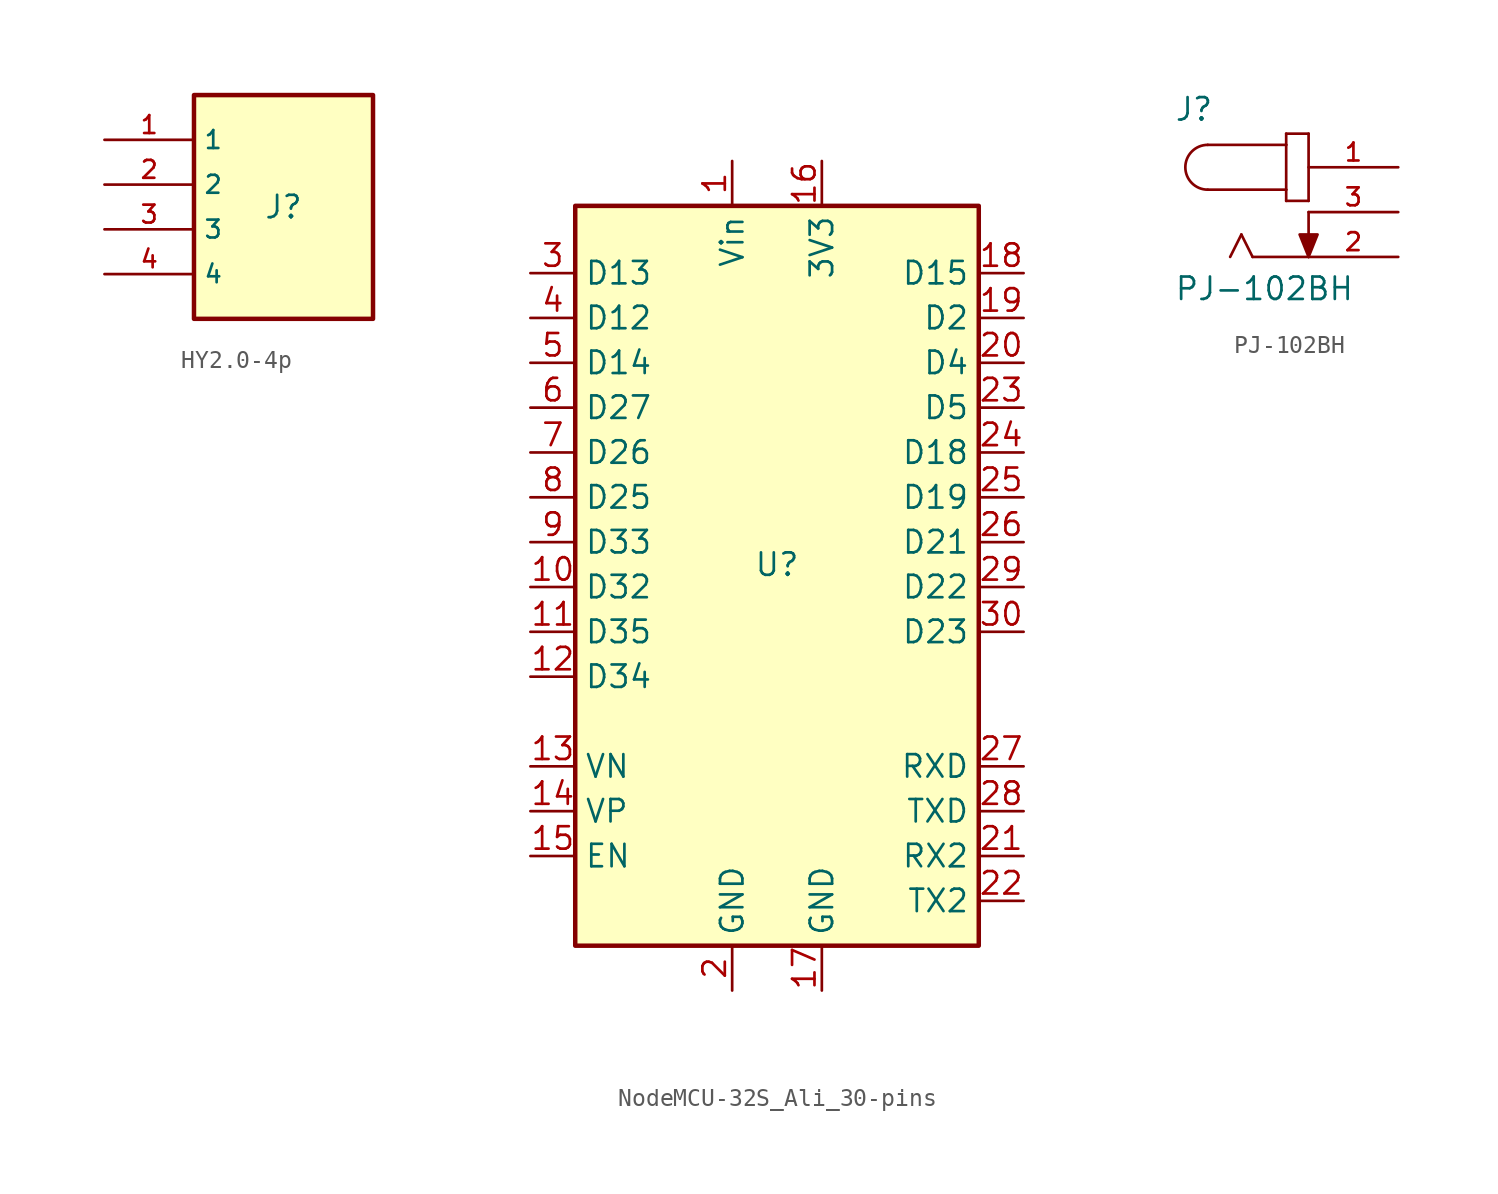
<source format=kicad_sym>
(kicad_symbol_lib
  (version 20231120)
  (generator "kicad_symbol_editor")
  (generator_version "8.0")
  (symbol "HY2.0-4p"
    (property "Reference" "J"
      (at 0 0 0)
      (effects (font (size 1.27 1.27))))
    (property "Value" ""
      (at 0 0 0)
      (effects (font (size 1.27 1.27))))
    (symbol "HY2.0-4p_0_0"
      (rectangle (start -5.08 -6.35) (end 5.08 6.35) (stroke (width 0.254) (type default)) (fill (type background)))
      (pin passive line (at -10.16 3.81 0) (length 5.08) (name "1" (effects (font (size 1.016 1.016)))) (number "1" (effects (font (size 1.016 1.016)))))
      (pin passive line (at -10.16 1.27 0) (length 5.08) (name "2" (effects (font (size 1.016 1.016)))) (number "2" (effects (font (size 1.016 1.016)))))
      (pin passive line (at -10.16 -1.27 0) (length 5.08) (name "3" (effects (font (size 1.016 1.016)))) (number "3" (effects (font (size 1.016 1.016)))))
      (pin passive line (at -10.16 -3.81 0) (length 5.08) (name "4" (effects (font (size 1.016 1.016)))) (number "4" (effects (font (size 1.016 1.016)))))))
  (symbol "NodeMCU-32S_Ali_30-pins"
    (property "Reference" "U"
      (at 8.89 0 0)
      (effects (font (size 1.27 1.27))))
    (property "Value" ""
      (at 0 0 0)
      (effects (font (size 1.27 1.27))))
    (symbol "NodeMCU-32S_Ali_30-pins_0_1"
      (rectangle (start -2.54 20.32) (end 20.32 -21.59) (stroke (width 0.254) (type default)) (fill (type background))))
    (symbol "NodeMCU-32S_Ali_30-pins_1_1"
      (pin power_in line (at 6.35 22.86 270) (length 2.54) (name "Vin" (effects (font (size 1.27 1.27)))) (number "1" (effects (font (size 1.27 1.27)))))
      (pin bidirectional line (at -5.08 -1.27 0) (length 2.54) (name "D32" (effects (font (size 1.27 1.27)))) (number "10" (effects (font (size 1.27 1.27)))))
      (pin bidirectional line (at -5.08 -3.81 0) (length 2.54) (name "D35" (effects (font (size 1.27 1.27)))) (number "11" (effects (font (size 1.27 1.27)))))
      (pin bidirectional line (at -5.08 -6.35 0) (length 2.54) (name "D34" (effects (font (size 1.27 1.27)))) (number "12" (effects (font (size 1.27 1.27)))))
      (pin power_in line (at -5.08 -11.43 0) (length 2.54) (name "VN" (effects (font (size 1.27 1.27)))) (number "13" (effects (font (size 1.27 1.27)))))
      (pin power_in line (at -5.08 -13.97 0) (length 2.54) (name "VP" (effects (font (size 1.27 1.27)))) (number "14" (effects (font (size 1.27 1.27)))))
      (pin power_in line (at -5.08 -16.51 0) (length 2.54) (name "EN" (effects (font (size 1.27 1.27)))) (number "15" (effects (font (size 1.27 1.27)))))
      (pin power_in line (at 11.43 22.86 270) (length 2.54) (name "3V3" (effects (font (size 1.27 1.27)))) (number "16" (effects (font (size 1.27 1.27)))))
      (pin power_in line (at 11.43 -24.13 90) (length 2.54) (name "GND" (effects (font (size 1.27 1.27)))) (number "17" (effects (font (size 1.27 1.27)))))
      (pin bidirectional line (at 22.86 16.51 180) (length 2.54) (name "D15" (effects (font (size 1.27 1.27)))) (number "18" (effects (font (size 1.27 1.27)))))
      (pin bidirectional line (at 22.86 13.97 180) (length 2.54) (name "D2" (effects (font (size 1.27 1.27)))) (number "19" (effects (font (size 1.27 1.27)))))
      (pin power_in line (at 6.35 -24.13 90) (length 2.54) (name "GND" (effects (font (size 1.27 1.27)))) (number "2" (effects (font (size 1.27 1.27)))))
      (pin bidirectional line (at 22.86 11.43 180) (length 2.54) (name "D4" (effects (font (size 1.27 1.27)))) (number "20" (effects (font (size 1.27 1.27)))))
      (pin bidirectional line (at 22.86 -16.51 180) (length 2.54) (name "RX2" (effects (font (size 1.27 1.27)))) (number "21" (effects (font (size 1.27 1.27)))))
      (pin bidirectional line (at 22.86 -19.05 180) (length 2.54) (name "TX2" (effects (font (size 1.27 1.27)))) (number "22" (effects (font (size 1.27 1.27)))))
      (pin bidirectional line (at 22.86 8.89 180) (length 2.54) (name "D5" (effects (font (size 1.27 1.27)))) (number "23" (effects (font (size 1.27 1.27)))))
      (pin bidirectional line (at 22.86 6.35 180) (length 2.54) (name "D18" (effects (font (size 1.27 1.27)))) (number "24" (effects (font (size 1.27 1.27)))))
      (pin bidirectional line (at 22.86 3.81 180) (length 2.54) (name "D19" (effects (font (size 1.27 1.27)))) (number "25" (effects (font (size 1.27 1.27)))))
      (pin bidirectional line (at 22.86 1.27 180) (length 2.54) (name "D21" (effects (font (size 1.27 1.27)))) (number "26" (effects (font (size 1.27 1.27)))))
      (pin bidirectional line (at 22.86 -11.43 180) (length 2.54) (name "RXD" (effects (font (size 1.27 1.27)))) (number "27" (effects (font (size 1.27 1.27)))))
      (pin bidirectional line (at 22.86 -13.97 180) (length 2.54) (name "TXD" (effects (font (size 1.27 1.27)))) (number "28" (effects (font (size 1.27 1.27)))))
      (pin bidirectional line (at 22.86 -1.27 180) (length 2.54) (name "D22" (effects (font (size 1.27 1.27)))) (number "29" (effects (font (size 1.27 1.27)))))
      (pin bidirectional line (at -5.08 16.51 0) (length 2.54) (name "D13" (effects (font (size 1.27 1.27)))) (number "3" (effects (font (size 1.27 1.27)))))
      (pin bidirectional line (at 22.86 -3.81 180) (length 2.54) (name "D23" (effects (font (size 1.27 1.27)))) (number "30" (effects (font (size 1.27 1.27)))))
      (pin bidirectional line (at -5.08 13.97 0) (length 2.54) (name "D12" (effects (font (size 1.27 1.27)))) (number "4" (effects (font (size 1.27 1.27)))))
      (pin bidirectional line (at -5.08 11.43 0) (length 2.54) (name "D14" (effects (font (size 1.27 1.27)))) (number "5" (effects (font (size 1.27 1.27)))))
      (pin bidirectional line (at -5.08 8.89 0) (length 2.54) (name "D27" (effects (font (size 1.27 1.27)))) (number "6" (effects (font (size 1.27 1.27)))))
      (pin bidirectional line (at -5.08 6.35 0) (length 2.54) (name "D26" (effects (font (size 1.27 1.27)))) (number "7" (effects (font (size 1.27 1.27)))))
      (pin bidirectional line (at -5.08 3.81 0) (length 2.54) (name "D25" (effects (font (size 1.27 1.27)))) (number "8" (effects (font (size 1.27 1.27)))))
      (pin bidirectional line (at -5.08 1.27 0) (length 2.54) (name "D33" (effects (font (size 1.27 1.27)))) (number "9" (effects (font (size 1.27 1.27)))))))
  (symbol "PJ-102BH"
    (pin_names
      (offset 1.016))
    (property "Reference" "J"
      (at -7.624 5.083 0)
      (effects (font (size 1.27 1.27)) (justify left bottom)))
    (property "Value" "PJ-102BH"
      (at -7.625 -5.084 0)
      (effects (font (size 1.27 1.27)) (justify left bottom)))
    (symbol "PJ-102BH_0_0"
      (arc (start -5.715 3.81) (mid -6.9794 2.54) (end -5.715 1.27) (stroke (width 0.1524) (type default)) (fill (type none)))
      (polyline (pts (xy -5.715 3.81) (xy -1.27 3.81)) (stroke (width 0.152) (type default)) (fill (type none)))
      (polyline (pts (xy -3.81 -1.27) (xy -4.445 -2.54)) (stroke (width 0.152) (type default)) (fill (type none)))
      (polyline (pts (xy -3.175 -2.54) (xy -3.81 -1.27)) (stroke (width 0.152) (type default)) (fill (type none)))
      (polyline (pts (xy -1.27 0.635) (xy 0 0.635)) (stroke (width 0.152) (type default)) (fill (type none)))
      (polyline (pts (xy -1.27 1.27) (xy -5.715 1.27)) (stroke (width 0.152) (type default)) (fill (type none)))
      (polyline (pts (xy -1.27 1.27) (xy -1.27 0.635)) (stroke (width 0.152) (type default)) (fill (type none)))
      (polyline (pts (xy -1.27 3.81) (xy -1.27 1.27)) (stroke (width 0.152) (type default)) (fill (type none)))
      (polyline (pts (xy -1.27 4.445) (xy -1.27 3.81)) (stroke (width 0.152) (type default)) (fill (type none)))
      (polyline (pts (xy 0 -2.54) (xy -3.175 -2.54)) (stroke (width 0.152) (type default)) (fill (type none)))
      (polyline (pts (xy 0 0) (xy 0 -2.54)) (stroke (width 0.152) (type default)) (fill (type none)))
      (polyline (pts (xy 0 0.635) (xy 0 4.445)) (stroke (width 0.152) (type default)) (fill (type none)))
      (polyline (pts (xy 0 4.445) (xy -1.27 4.445)) (stroke (width 0.152) (type default)) (fill (type none)))
      (polyline (pts (xy 0 -2.54) (xy -0.508 -1.27) (xy 0.508 -1.27) (xy 0 -2.54)) (stroke (width 0.152) (type default)) (fill (type outline)))
      (pin passive line (at 5.08 2.54 180) (length 5.08) (name "~" (effects (font (size 1.016 1.016)))) (number "1" (effects (font (size 1.016 1.016)))))
      (pin passive line (at 5.08 -2.54 180) (length 5.08) (name "~" (effects (font (size 1.016 1.016)))) (number "2" (effects (font (size 1.016 1.016)))))
      (pin passive line (at 5.08 0 180) (length 5.08) (name "~" (effects (font (size 1.016 1.016)))) (number "3" (effects (font (size 1.016 1.016))))))))
</source>
